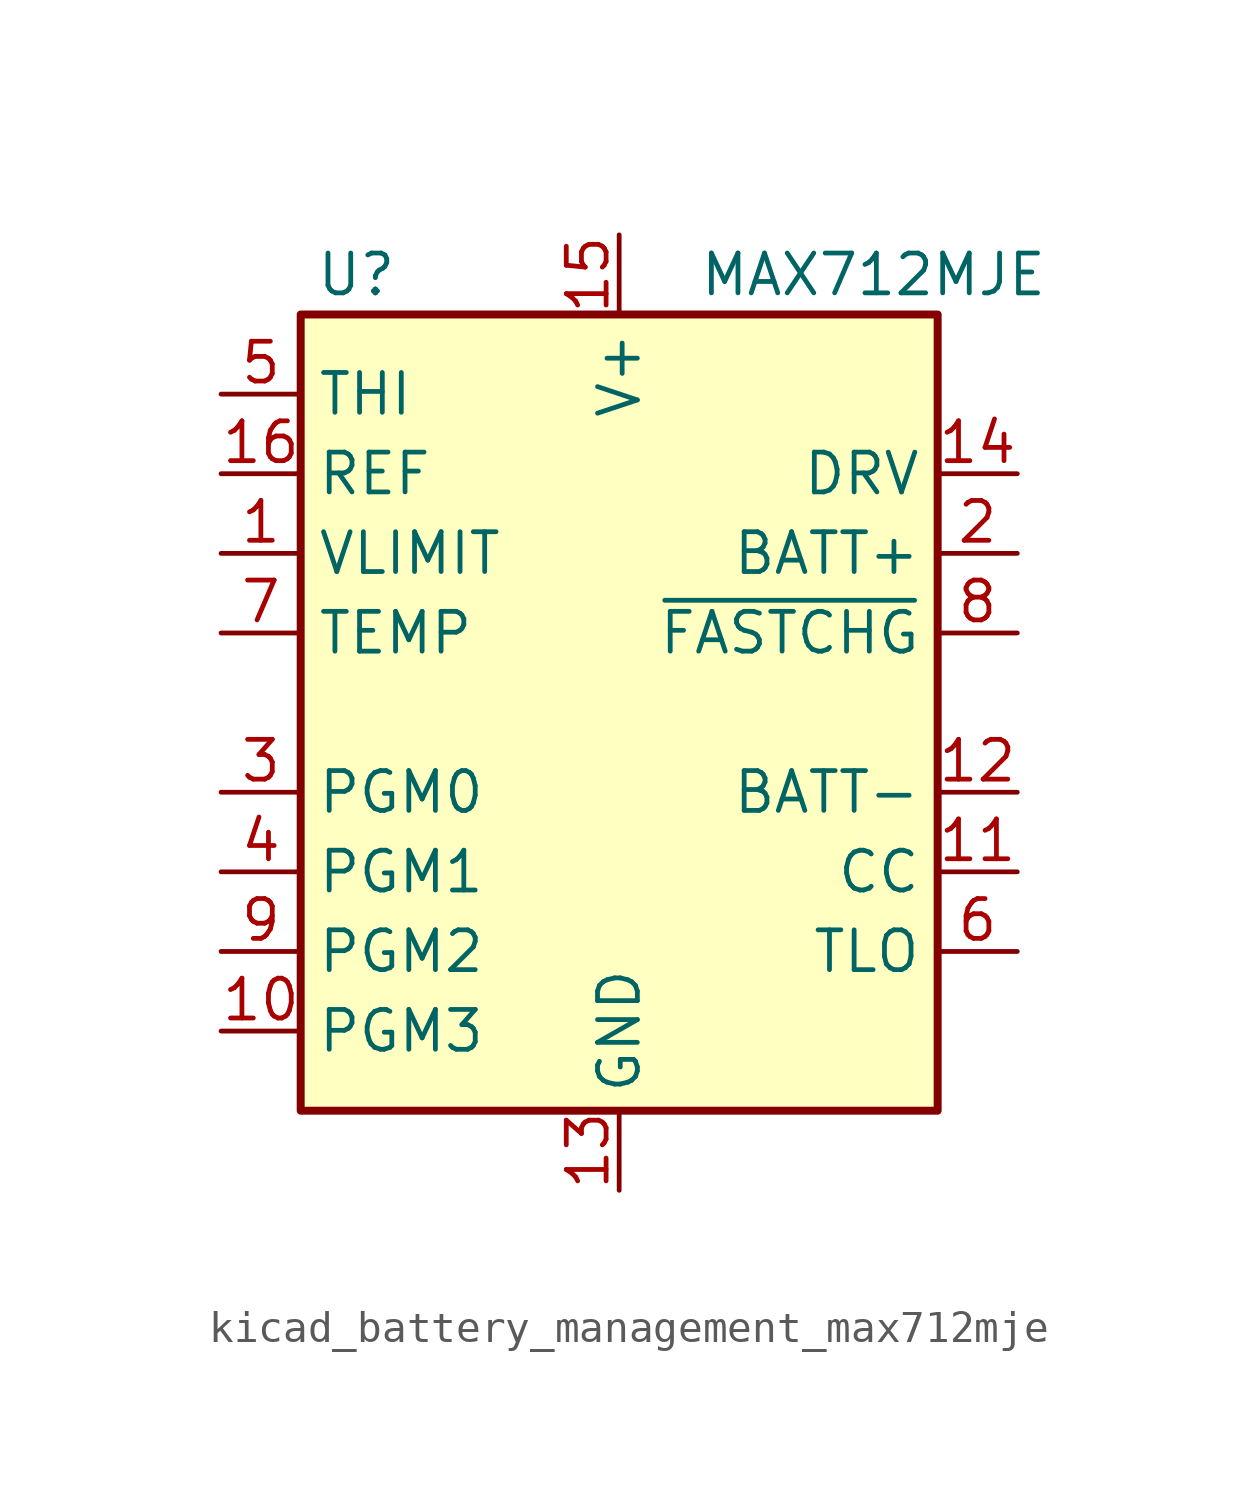
<source format=kicad_sym>
(kicad_symbol_lib
  (version 20220914)
  (generator kicad_symbol_editor)
  (symbol "kicad_battery_management_max712mje"
    (property "Reference" "U"
      (at -8.382 13.97 0)
      (effects (font (size 1.27 1.27))))
    (property "Value" "MAX712MJE"
      (at 2.54 13.97 0)
      (effects (font (size 1.27 1.27)) (justify left)))
    (symbol "kicad_battery_management_max712mje_0_1"
      (rectangle (start -10.16 12.7) (end 10.16 -12.7) (stroke (width 0.254) (type default)) (fill (type background))))
    (symbol "kicad_battery_management_max712mje_1_1"
      (pin input line (at -12.7 5.08 0) (length 2.54) (name "VLIMIT" (effects (font (size 1.27 1.27)))) (number "1" (effects (font (size 1.27 1.27)))))
      (pin input line (at -12.7 -10.16 0) (length 2.54) (name "PGM3" (effects (font (size 1.27 1.27)))) (number "10" (effects (font (size 1.27 1.27)))))
      (pin input line (at 12.7 -5.08 180) (length 2.54) (name "CC" (effects (font (size 1.27 1.27)))) (number "11" (effects (font (size 1.27 1.27)))))
      (pin input line (at 12.7 -2.54 180) (length 2.54) (name "BATT-" (effects (font (size 1.27 1.27)))) (number "12" (effects (font (size 1.27 1.27)))))
      (pin power_in line (at 0 -15.24 90) (length 2.54) (name "GND" (effects (font (size 1.27 1.27)))) (number "13" (effects (font (size 1.27 1.27)))))
      (pin output line (at 12.7 7.62 180) (length 2.54) (name "DRV" (effects (font (size 1.27 1.27)))) (number "14" (effects (font (size 1.27 1.27)))))
      (pin power_in line (at 0 15.24 270) (length 2.54) (name "V+" (effects (font (size 1.27 1.27)))) (number "15" (effects (font (size 1.27 1.27)))))
      (pin power_in line (at -12.7 7.62 0) (length 2.54) (name "REF" (effects (font (size 1.27 1.27)))) (number "16" (effects (font (size 1.27 1.27)))))
      (pin input line (at 12.7 5.08 180) (length 2.54) (name "BATT+" (effects (font (size 1.27 1.27)))) (number "2" (effects (font (size 1.27 1.27)))))
      (pin input line (at -12.7 -2.54 0) (length 2.54) (name "PGM0" (effects (font (size 1.27 1.27)))) (number "3" (effects (font (size 1.27 1.27)))))
      (pin input line (at -12.7 -5.08 0) (length 2.54) (name "PGM1" (effects (font (size 1.27 1.27)))) (number "4" (effects (font (size 1.27 1.27)))))
      (pin input line (at -12.7 10.16 0) (length 2.54) (name "THI" (effects (font (size 1.27 1.27)))) (number "5" (effects (font (size 1.27 1.27)))))
      (pin input line (at 12.7 -7.62 180) (length 2.54) (name "TLO" (effects (font (size 1.27 1.27)))) (number "6" (effects (font (size 1.27 1.27)))))
      (pin input line (at -12.7 2.54 0) (length 2.54) (name "TEMP" (effects (font (size 1.27 1.27)))) (number "7" (effects (font (size 1.27 1.27)))))
      (pin open_collector line (at 12.7 2.54 180) (length 2.54) (name "~{FASTCHG}" (effects (font (size 1.27 1.27)))) (number "8" (effects (font (size 1.27 1.27)))))
      (pin input line (at -12.7 -7.62 0) (length 2.54) (name "PGM2" (effects (font (size 1.27 1.27)))) (number "9" (effects (font (size 1.27 1.27))))))))
</source>
